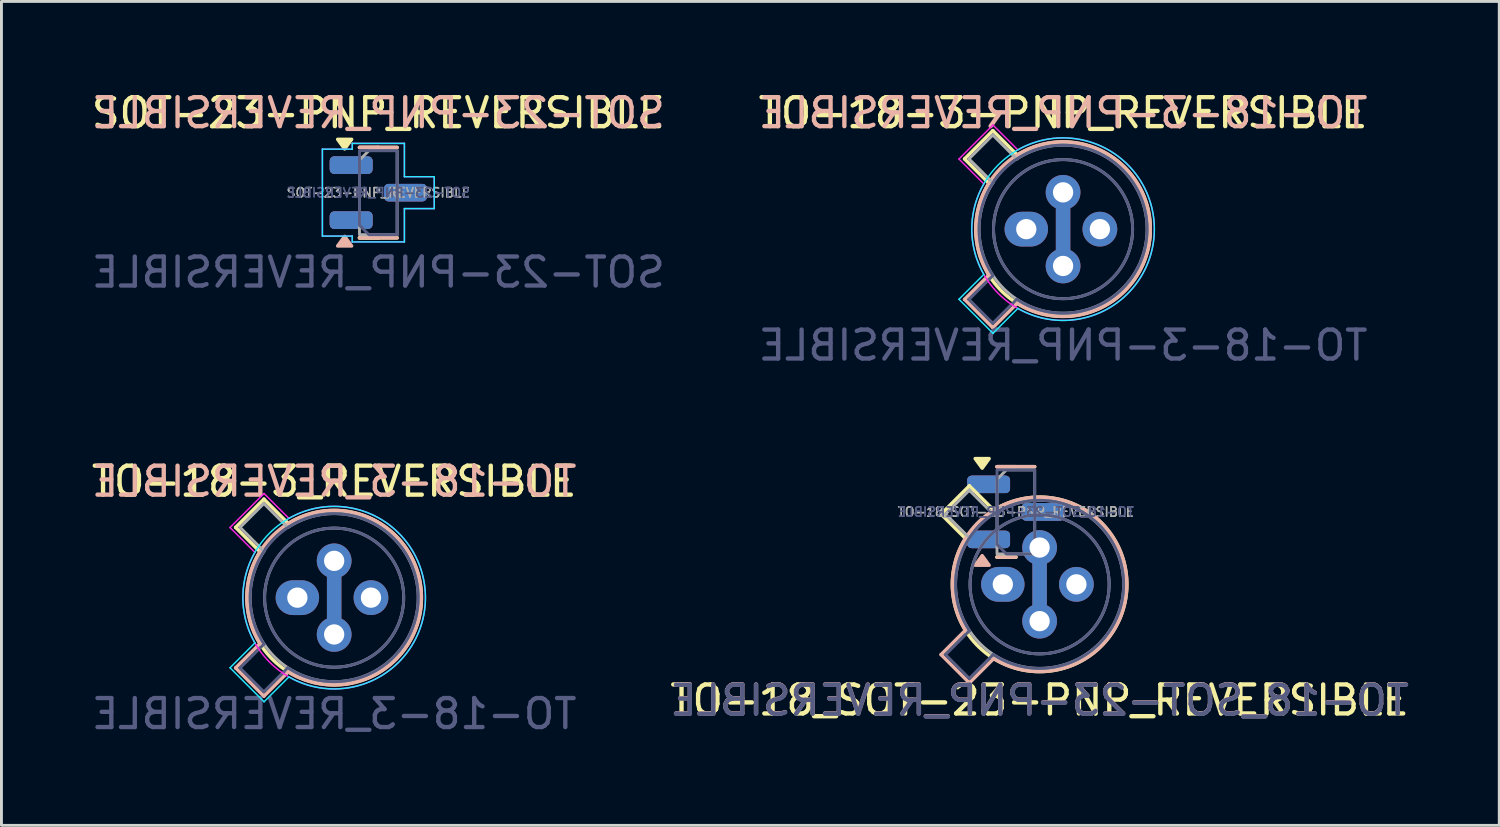
<source format=kicad_pcb>
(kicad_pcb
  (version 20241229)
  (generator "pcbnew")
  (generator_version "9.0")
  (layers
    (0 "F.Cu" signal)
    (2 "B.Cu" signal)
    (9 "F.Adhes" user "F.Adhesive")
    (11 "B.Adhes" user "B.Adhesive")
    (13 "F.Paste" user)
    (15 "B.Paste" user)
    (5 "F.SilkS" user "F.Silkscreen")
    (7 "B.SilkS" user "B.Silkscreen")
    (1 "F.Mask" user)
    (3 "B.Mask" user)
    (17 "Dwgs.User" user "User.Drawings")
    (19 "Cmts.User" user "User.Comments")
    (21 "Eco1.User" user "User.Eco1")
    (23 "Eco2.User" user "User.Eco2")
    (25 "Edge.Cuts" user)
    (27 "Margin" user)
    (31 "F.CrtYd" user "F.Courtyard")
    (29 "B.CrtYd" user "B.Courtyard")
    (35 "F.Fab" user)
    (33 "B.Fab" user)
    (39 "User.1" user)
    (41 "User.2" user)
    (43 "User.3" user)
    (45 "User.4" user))
  (footprint "TO-18-3-PNP_REVERSIBLE"
    (layer "F.Cu")
    (at 33.637 4.858)
    (property "Reference" "TO-18-3-PNP_REVERSIBLE" (at 0 -4.01 0) (layer "F.SilkS") (effects (font (size 1 1) (thickness 0.15))))
    (attr through_hole)
    (fp_line (start -3.4 -2.424) (end -2.56 -1.584) (stroke (width 0.12) (type solid)) (layer "F.SilkS"))
    (fp_line (start -2.424 -3.4) (end -3.4 -2.424) (stroke (width 0.12) (type solid)) (layer "F.SilkS"))
    (fp_line (start -1.584 -2.56) (end -2.424 -3.4) (stroke (width 0.12) (type solid)) (layer "F.SilkS"))
    (fp_arc (start -1.583811 -2.559618) (mid 2.128391 2.128391) (end -2.559618 -1.583811) (stroke (width 0.12) (type solid)) (layer "F.SilkS"))
    (fp_line (start -3.4 2.424) (end -2.56 1.584) (stroke (width 0.12) (type solid)) (layer "B.SilkS"))
    (fp_line (start -2.424 3.4) (end -3.4 2.424) (stroke (width 0.12) (type solid)) (layer "B.SilkS"))
    (fp_line (start -1.584 2.56) (end -2.424 3.4) (stroke (width 0.12) (type solid)) (layer "B.SilkS"))
    (fp_arc (start -2.559618 1.583811) (mid 2.128392 -2.128392) (end -1.583811 2.559618) (stroke (width 0.12) (type solid)) (layer "B.SilkS"))
    (fp_line (start -3.594 2.42) (end -2.736 1.562) (stroke (width 0.05) (type solid)) (layer "B.CrtYd"))
    (fp_line (start -2.42 3.594) (end -3.594 2.42) (stroke (width 0.05) (type solid)) (layer "B.CrtYd"))
    (fp_line (start -1.562 2.736) (end -2.42 3.594) (stroke (width 0.05) (type solid)) (layer "B.CrtYd"))
    (fp_arc (start -2.735573 1.561775) (mid 2.227386 -2.227386) (end -1.561775 2.735573) (stroke (width 0.05) (type solid)) (layer "B.CrtYd"))
    (fp_line (start -3.594 -2.42) (end -2.736 -1.562) (stroke (width 0.05) (type solid)) (layer "F.CrtYd"))
    (fp_line (start -2.42 -3.594) (end -3.594 -2.42) (stroke (width 0.05) (type solid)) (layer "F.CrtYd"))
    (fp_line (start -1.562 -2.736) (end -2.42 -3.594) (stroke (width 0.05) (type solid)) (layer "F.CrtYd"))
    (fp_arc (start -1.561775 -2.735573) (mid 2.227386 2.227386) (end -2.735573 -1.561775) (stroke (width 0.05) (type solid)) (layer "F.CrtYd"))
    (fp_line (start -3.247 2.426) (end -2.419 1.599) (stroke (width 0.1) (type solid)) (layer "B.Fab"))
    (fp_line (start -2.426 3.247) (end -3.247 2.426) (stroke (width 0.1) (type solid)) (layer "B.Fab"))
    (fp_line (start -1.599 2.419) (end -2.426 3.247) (stroke (width 0.1) (type solid)) (layer "B.Fab"))
    (fp_arc (start -2.419301 1.599057) (mid 2.05061 -2.05061) (end -1.599057 2.419301) (stroke (width 0.1) (type solid)) (layer "B.Fab"))
    (fp_circle (center 0 0) (end 2.4 0) (stroke (width 0.1) (type solid)) (fill no) (layer "B.Fab"))
    (fp_line (start -3.247 -2.426) (end -2.419 -1.599) (stroke (width 0.1) (type solid)) (layer "F.Fab"))
    (fp_line (start -2.426 -3.247) (end -3.247 -2.426) (stroke (width 0.1) (type solid)) (layer "F.Fab"))
    (fp_line (start -1.599 -2.419) (end -2.426 -3.247) (stroke (width 0.1) (type solid)) (layer "F.Fab"))
    (fp_arc (start -1.599057 -2.419301) (mid 2.05061 2.05061) (end -2.419301 -1.599057) (stroke (width 0.1) (type solid)) (layer "F.Fab"))
    (fp_circle (center 0 0) (end 2.4 0) (stroke (width 0.1) (type solid)) (fill no) (layer "F.Fab"))
    (fp_text user "${REFERENCE}" (at 0 -4.01 0) (layer "B.SilkS") (effects (font (size 1 1) (thickness 0.15)) (justify mirror)))
    (fp_text user "${REFERENCE}" (at 0 4.01 180) (layer "B.Fab") (effects (font (size 1 1) (thickness 0.15)) (justify mirror)))
    (pad "1" thru_hole circle (at 1.27 0 180) (size 1.2 1.2) (drill 0.7) (layers "*.Cu" "*.Mask"))
    (pad "2" thru_hole circle (at 0 -1.27 180) (size 1.2 1.2) (drill 0.7) (layers "*.Cu" "*.Mask"))
    (pad "2" smd rect (at 0 0 270) (size 2 0.5) (layers "F.Cu"))
    (pad "2" smd rect (at 0 0 270) (size 2 0.5) (layers "B.Cu"))
    (pad "2" thru_hole circle (at 0 1.27) (size 1.2 1.2) (drill 0.7) (layers "*.Cu" "*.Mask"))
    (pad "3" thru_hole oval (at -1.27 0 180) (size 1.5 1.2) (drill 0.7) (layers "*.Cu" "*.Mask")))
  (footprint "SOT-23-PNP_REVERSIBLE"
    (layer "F.Cu")
    (at 10.006 3.598)
    (property "Reference" "SOT-23-PNP_REVERSIBLE" (at 0 -2.75 0) (layer "F.SilkS") (effects (font (size 1 1) (thickness 0.15))))
    (attr through_hole)
    (fp_line (start 0 -1.56) (end -0.65 -1.56) (stroke (width 0.12) (type solid)) (layer "F.SilkS"))
    (fp_line (start 0 -1.56) (end 0.65 -1.56) (stroke (width 0.12) (type solid)) (layer "F.SilkS"))
    (fp_line (start 0 1.56) (end -0.65 1.56) (stroke (width 0.12) (type solid)) (layer "F.SilkS"))
    (fp_line (start 0 1.56) (end -0.65 1.56) (stroke (width 0.12) (type solid)) (layer "F.SilkS"))
    (fp_line (start 0 1.56) (end 0.65 1.56) (stroke (width 0.12) (type solid)) (layer "F.SilkS"))
    (fp_poly (pts (xy -1.163 -1.51) (xy -1.403 -1.84) (xy -0.922 -1.84)) (stroke (width 0.12) (type solid)) (fill yes) (layer "F.SilkS"))
    (fp_line (start 0 -1.56) (end -0.65 -1.56) (stroke (width 0.12) (type solid)) (layer "B.SilkS"))
    (fp_line (start 0 -1.56) (end -0.65 -1.56) (stroke (width 0.12) (type solid)) (layer "B.SilkS"))
    (fp_line (start 0 -1.56) (end 0.65 -1.56) (stroke (width 0.12) (type solid)) (layer "B.SilkS"))
    (fp_line (start 0 1.56) (end -0.65 1.56) (stroke (width 0.12) (type solid)) (layer "B.SilkS"))
    (fp_line (start 0 1.56) (end 0.65 1.56) (stroke (width 0.12) (type solid)) (layer "B.SilkS"))
    (fp_poly (pts (xy -1.163 1.51) (xy -1.403 1.84) (xy -0.922 1.84)) (stroke (width 0.12) (type solid)) (fill yes) (layer "B.SilkS"))
    (fp_line (start -1.93 -1.5) (end -1.93 1.5) (stroke (width 0.05) (type solid)) (layer "B.CrtYd"))
    (fp_line (start -1.93 1.5) (end -0.9 1.5) (stroke (width 0.05) (type solid)) (layer "B.CrtYd"))
    (fp_line (start -0.9 -1.7) (end -0.9 -1.5) (stroke (width 0.05) (type solid)) (layer "B.CrtYd"))
    (fp_line (start -0.9 -1.5) (end -1.93 -1.5) (stroke (width 0.05) (type solid)) (layer "B.CrtYd"))
    (fp_line (start -0.9 1.5) (end -0.9 1.7) (stroke (width 0.05) (type solid)) (layer "B.CrtYd"))
    (fp_line (start -0.9 1.7) (end 0.9 1.7) (stroke (width 0.05) (type solid)) (layer "B.CrtYd"))
    (fp_line (start 0.9 -1.7) (end -0.9 -1.7) (stroke (width 0.05) (type solid)) (layer "B.CrtYd"))
    (fp_line (start 0.9 -0.55) (end 0.9 -1.7) (stroke (width 0.05) (type solid)) (layer "B.CrtYd"))
    (fp_line (start 0.9 0.55) (end 1.93 0.55) (stroke (width 0.05) (type solid)) (layer "B.CrtYd"))
    (fp_line (start 0.9 1.7) (end 0.9 0.55) (stroke (width 0.05) (type solid)) (layer "B.CrtYd"))
    (fp_line (start 1.93 -0.55) (end 0.9 -0.55) (stroke (width 0.05) (type solid)) (layer "B.CrtYd"))
    (fp_line (start 1.93 0.55) (end 1.93 -0.55) (stroke (width 0.05) (type solid)) (layer "B.CrtYd"))
    (fp_line (start -1.93 -1.5) (end -0.9 -1.5) (stroke (width 0.05) (type solid)) (layer "F.CrtYd"))
    (fp_line (start -1.93 1.5) (end -1.93 -1.5) (stroke (width 0.05) (type solid)) (layer "F.CrtYd"))
    (fp_line (start -0.9 -1.7) (end 0.9 -1.7) (stroke (width 0.05) (type solid)) (layer "F.CrtYd"))
    (fp_line (start -0.9 -1.5) (end -0.9 -1.7) (stroke (width 0.05) (type solid)) (layer "F.CrtYd"))
    (fp_line (start -0.9 1.5) (end -1.93 1.5) (stroke (width 0.05) (type solid)) (layer "F.CrtYd"))
    (fp_line (start -0.9 1.7) (end -0.9 1.5) (stroke (width 0.05) (type solid)) (layer "F.CrtYd"))
    (fp_line (start 0.9 -1.7) (end 0.9 -0.55) (stroke (width 0.05) (type solid)) (layer "F.CrtYd"))
    (fp_line (start 0.9 -0.55) (end 1.93 -0.55) (stroke (width 0.05) (type solid)) (layer "F.CrtYd"))
    (fp_line (start 0.9 0.55) (end 0.9 1.7) (stroke (width 0.05) (type solid)) (layer "F.CrtYd"))
    (fp_line (start 0.9 1.7) (end -0.9 1.7) (stroke (width 0.05) (type solid)) (layer "F.CrtYd"))
    (fp_line (start 1.93 -0.55) (end 1.93 0.55) (stroke (width 0.05) (type solid)) (layer "F.CrtYd"))
    (fp_line (start 1.93 0.55) (end 0.9 0.55) (stroke (width 0.05) (type solid)) (layer "F.CrtYd"))
    (fp_poly (pts (xy -0.65 1.125) (xy -0.65 -1.45) (xy 0.65 -1.45) (xy 0.65 1.45) (xy -0.325 1.45)) (stroke (width 0.1) (type solid)) (fill no) (layer "B.Fab"))
    (fp_poly (pts (xy -0.65 -1.125) (xy -0.65 1.45) (xy 0.65 1.45) (xy 0.65 -1.45) (xy -0.325 -1.45)) (stroke (width 0.1) (type solid)) (fill no) (layer "F.Fab"))
    (fp_text user "${REFERENCE}" (at 0 -2.75 0) (layer "B.SilkS") (effects (font (size 1 1) (thickness 0.15)) (justify mirror)))
    (fp_text user "${REFERENCE}" (at 0 2.75 180) (layer "B.Fab") (effects (font (size 1 1) (thickness 0.15)) (justify mirror)))
    (fp_text user "${REFERENCE}" (at 0 0 180) (layer "B.Fab") (effects (font (size 0.32 0.32) (thickness 0.05)) (justify mirror)))
    (fp_text user "${REFERENCE}" (at 0 0 180) (layer "B.Fab") (effects (font (size 0.32 0.32) (thickness 0.05)) (justify mirror)))
    (fp_text user "${REFERENCE}" (at 0 0 0) (layer "F.Fab") (effects (font (size 0.32 0.32) (thickness 0.05))))
    (fp_text user "${REFERENCE}" (at 0 0 0) (layer "F.Fab") (effects (font (size 0.32 0.32) (thickness 0.05))))
    (pad "1" smd roundrect (at 0.938 0) (size 1.475 0.6) (layers "F.Cu" "F.Mask" "F.Paste") (roundrect_rratio 0.25))
    (pad "1" smd roundrect (at 0.938 0) (size 1.475 0.6) (layers "F.Cu" "F.Mask" "F.Paste") (roundrect_rratio 0.25))
    (pad "1" smd roundrect (at 0.938 0 180) (size 1.475 0.6) (layers "B.Cu" "B.Mask" "B.Paste") (roundrect_rratio 0.25))
    (pad "1" smd roundrect (at 0.938 0 180) (size 1.475 0.6) (layers "B.Cu" "B.Mask" "B.Paste") (roundrect_rratio 0.25))
    (pad "2" smd roundrect (at -0.938 -0.95) (size 1.475 0.6) (layers "F.Cu" "F.Mask" "F.Paste") (roundrect_rratio 0.25))
    (pad "2" smd roundrect (at -0.938 -0.95) (size 1.475 0.6) (layers "F.Cu" "F.Mask" "F.Paste") (roundrect_rratio 0.25))
    (pad "2" smd roundrect (at -0.938 0.95 180) (size 1.475 0.6) (layers "B.Cu" "B.Mask" "B.Paste") (roundrect_rratio 0.25))
    (pad "2" smd roundrect (at -0.938 0.95 180) (size 1.475 0.6) (layers "B.Cu" "B.Mask" "B.Paste") (roundrect_rratio 0.25))
    (pad "3" smd roundrect (at -0.938 -0.95 180) (size 1.475 0.6) (layers "B.Cu" "B.Mask" "B.Paste") (roundrect_rratio 0.25))
    (pad "3" smd roundrect (at -0.938 -0.95 180) (size 1.475 0.6) (layers "B.Cu" "B.Mask" "B.Paste") (roundrect_rratio 0.25))
    (pad "3" smd roundrect (at -0.938 0.95) (size 1.475 0.6) (layers "F.Cu" "F.Mask" "F.Paste") (roundrect_rratio 0.25))
    (pad "3" smd roundrect (at -0.938 0.95) (size 1.475 0.6) (layers "F.Cu" "F.Mask" "F.Paste") (roundrect_rratio 0.25)))
  (footprint "TO-18-3_REVERSIBLE"
    (layer "F.Cu")
    (at 8.482 17.575)
    (property "Reference" "TO-18-3_REVERSIBLE" (at 0 -4.01 0) (layer "F.SilkS") (effects (font (size 1 1) (thickness 0.15))))
    (attr through_hole)
    (fp_line (start -3.4 -2.424) (end -2.56 -1.584) (stroke (width 0.12) (type solid)) (layer "F.SilkS"))
    (fp_line (start -2.424 -3.4) (end -3.4 -2.424) (stroke (width 0.12) (type solid)) (layer "F.SilkS"))
    (fp_line (start -1.584 -2.56) (end -2.424 -3.4) (stroke (width 0.12) (type solid)) (layer "F.SilkS"))
    (fp_arc (start -1.583811 -2.559618) (mid 2.128391 2.128391) (end -2.559618 -1.583811) (stroke (width 0.12) (type solid)) (layer "F.SilkS"))
    (fp_line (start -3.4 2.424) (end -2.56 1.584) (stroke (width 0.12) (type solid)) (layer "B.SilkS"))
    (fp_line (start -2.424 3.4) (end -3.4 2.424) (stroke (width 0.12) (type solid)) (layer "B.SilkS"))
    (fp_line (start -1.584 2.56) (end -2.424 3.4) (stroke (width 0.12) (type solid)) (layer "B.SilkS"))
    (fp_arc (start -2.559618 1.583811) (mid 2.128392 -2.128392) (end -1.583811 2.559618) (stroke (width 0.12) (type solid)) (layer "B.SilkS"))
    (fp_line (start -3.594 2.42) (end -2.736 1.562) (stroke (width 0.05) (type solid)) (layer "B.CrtYd"))
    (fp_line (start -2.42 3.594) (end -3.594 2.42) (stroke (width 0.05) (type solid)) (layer "B.CrtYd"))
    (fp_line (start -1.562 2.736) (end -2.42 3.594) (stroke (width 0.05) (type solid)) (layer "B.CrtYd"))
    (fp_arc (start -2.735573 1.561775) (mid 2.227386 -2.227386) (end -1.561775 2.735573) (stroke (width 0.05) (type solid)) (layer "B.CrtYd"))
    (fp_line (start -3.594 -2.42) (end -2.736 -1.562) (stroke (width 0.05) (type solid)) (layer "F.CrtYd"))
    (fp_line (start -2.42 -3.594) (end -3.594 -2.42) (stroke (width 0.05) (type solid)) (layer "F.CrtYd"))
    (fp_line (start -1.562 -2.736) (end -2.42 -3.594) (stroke (width 0.05) (type solid)) (layer "F.CrtYd"))
    (fp_arc (start -1.561775 -2.735573) (mid 2.227386 2.227386) (end -2.735573 -1.561775) (stroke (width 0.05) (type solid)) (layer "F.CrtYd"))
    (fp_line (start -3.247 2.426) (end -2.419 1.599) (stroke (width 0.1) (type solid)) (layer "B.Fab"))
    (fp_line (start -2.426 3.247) (end -3.247 2.426) (stroke (width 0.1) (type solid)) (layer "B.Fab"))
    (fp_line (start -1.599 2.419) (end -2.426 3.247) (stroke (width 0.1) (type solid)) (layer "B.Fab"))
    (fp_arc (start -2.419301 1.599057) (mid 2.05061 -2.05061) (end -1.599057 2.419301) (stroke (width 0.1) (type solid)) (layer "B.Fab"))
    (fp_circle (center 0 0) (end 2.4 0) (stroke (width 0.1) (type solid)) (fill no) (layer "B.Fab"))
    (fp_line (start -3.247 -2.426) (end -2.419 -1.599) (stroke (width 0.1) (type solid)) (layer "F.Fab"))
    (fp_line (start -2.426 -3.247) (end -3.247 -2.426) (stroke (width 0.1) (type solid)) (layer "F.Fab"))
    (fp_line (start -1.599 -2.419) (end -2.426 -3.247) (stroke (width 0.1) (type solid)) (layer "F.Fab"))
    (fp_arc (start -1.599057 -2.419301) (mid 2.05061 2.05061) (end -2.419301 -1.599057) (stroke (width 0.1) (type solid)) (layer "F.Fab"))
    (fp_circle (center 0 0) (end 2.4 0) (stroke (width 0.1) (type solid)) (fill no) (layer "F.Fab"))
    (fp_text user "${REFERENCE}" (at 0 -4.01 0) (layer "B.SilkS") (effects (font (size 1 1) (thickness 0.15)) (justify mirror)))
    (fp_text user "${REFERENCE}" (at 0 4.01 180) (layer "B.Fab") (effects (font (size 1 1) (thickness 0.15)) (justify mirror)))
    (pad "1" thru_hole oval (at -1.27 0 180) (size 1.5 1.2) (drill 0.7) (layers "*.Cu" "*.Mask"))
    (pad "2" thru_hole circle (at 0 -1.27 180) (size 1.2 1.2) (drill 0.7) (layers "*.Cu" "*.Mask"))
    (pad "2" smd rect (at 0 0 270) (size 2 0.5) (layers "F.Cu"))
    (pad "2" smd rect (at 0 0 270) (size 2 0.5) (layers "B.Cu"))
    (pad "2" thru_hole circle (at 0 1.27) (size 1.2 1.2) (drill 0.7) (layers "*.Cu" "*.Mask"))
    (pad "3" thru_hole circle (at 1.27 0 180) (size 1.2 1.2) (drill 0.7) (layers "*.Cu" "*.Mask")))
  (footprint "TO-18_SOT-23-PNP_REVERSIBLE"
    (layer "F.Cu")
    (at 32.827 17.116)
    (property "Reference" "TO-18_SOT-23-PNP_REVERSIBLE" (at 0 4 0) (layer "F.SilkS") (effects (font (size 1 1) (thickness 0.15))))
    (attr through_hole)
    (fp_line (start -3.4 -2.424) (end -2.56 -1.584) (stroke (width 0.12) (type solid)) (layer "F.SilkS"))
    (fp_line (start -2.424 -3.4) (end -3.4 -2.424) (stroke (width 0.12) (type solid)) (layer "F.SilkS"))
    (fp_line (start -1.584 -2.56) (end -2.424 -3.4) (stroke (width 0.12) (type solid)) (layer "F.SilkS"))
    (fp_line (start -0.82 -4.06) (end -1.47 -4.06) (stroke (width 0.12) (type solid)) (layer "F.SilkS"))
    (fp_line (start -0.82 -4.06) (end -0.17 -4.06) (stroke (width 0.12) (type solid)) (layer "F.SilkS"))
    (fp_line (start -0.82 -0.94) (end -1.47 -0.94) (stroke (width 0.12) (type solid)) (layer "F.SilkS"))
    (fp_line (start -0.82 -0.94) (end -1.47 -0.94) (stroke (width 0.12) (type solid)) (layer "F.SilkS"))
    (fp_arc (start -1.583811 -2.559618) (mid 2.128391 2.128391) (end -2.559618 -1.583811) (stroke (width 0.12) (type solid)) (layer "F.SilkS"))
    (fp_poly (pts (xy -1.982 -4.01) (xy -2.223 -4.34) (xy -1.742 -4.34)) (stroke (width 0.12) (type solid)) (fill yes) (layer "F.SilkS"))
    (fp_line (start -3.4 2.424) (end -2.56 1.584) (stroke (width 0.12) (type solid)) (layer "B.SilkS"))
    (fp_line (start -2.424 3.4) (end -3.4 2.424) (stroke (width 0.12) (type solid)) (layer "B.SilkS"))
    (fp_line (start -1.584 2.56) (end -2.424 3.4) (stroke (width 0.12) (type solid)) (layer "B.SilkS"))
    (fp_line (start -0.82 -4.06) (end -1.47 -4.06) (stroke (width 0.12) (type solid)) (layer "B.SilkS"))
    (fp_line (start -0.82 -4.06) (end -1.47 -4.06) (stroke (width 0.12) (type solid)) (layer "B.SilkS"))
    (fp_line (start -0.82 -4.06) (end -0.17 -4.06) (stroke (width 0.12) (type solid)) (layer "B.SilkS"))
    (fp_line (start -0.82 -0.94) (end -1.47 -0.94) (stroke (width 0.12) (type solid)) (layer "B.SilkS"))
    (fp_arc (start -2.559618 1.583811) (mid 2.128392 -2.128392) (end -1.583811 2.559618) (stroke (width 0.12) (type solid)) (layer "B.SilkS"))
    (fp_poly (pts (xy -1.982 -0.99) (xy -2.223 -0.66) (xy -1.742 -0.66)) (stroke (width 0.12) (type solid)) (fill yes) (layer "B.SilkS"))
    (fp_line (start -3.247 2.426) (end -2.419 1.599) (stroke (width 0.1) (type solid)) (layer "B.Fab"))
    (fp_line (start -2.426 3.247) (end -3.247 2.426) (stroke (width 0.1) (type solid)) (layer "B.Fab"))
    (fp_line (start -1.599 2.419) (end -2.426 3.247) (stroke (width 0.1) (type solid)) (layer "B.Fab"))
    (fp_arc (start -2.419301 1.599057) (mid 2.05061 -2.05061) (end -1.599057 2.419301) (stroke (width 0.1) (type solid)) (layer "B.Fab"))
    (fp_circle (center 0 0) (end 2.4 0) (stroke (width 0.1) (type solid)) (fill no) (layer "B.Fab"))
    (fp_poly (pts (xy -1.47 -1.375) (xy -1.47 -3.95) (xy -0.17 -3.95) (xy -0.17 -1.05) (xy -1.145 -1.05)) (stroke (width 0.1) (type solid)) (fill no) (layer "B.Fab"))
    (fp_line (start -3.247 -2.426) (end -2.419 -1.599) (stroke (width 0.1) (type solid)) (layer "F.Fab"))
    (fp_line (start -2.426 -3.247) (end -3.247 -2.426) (stroke (width 0.1) (type solid)) (layer "F.Fab"))
    (fp_line (start -1.599 -2.419) (end -2.426 -3.247) (stroke (width 0.1) (type solid)) (layer "F.Fab"))
    (fp_arc (start -1.599057 -2.419301) (mid 2.05061 2.05061) (end -2.419301 -1.599057) (stroke (width 0.1) (type solid)) (layer "F.Fab"))
    (fp_circle (center 0 0) (end 2.4 0) (stroke (width 0.1) (type solid)) (fill no) (layer "F.Fab"))
    (fp_poly (pts (xy -1.47 -3.625) (xy -1.47 -1.05) (xy -0.17 -1.05) (xy -0.17 -3.95) (xy -1.145 -3.95)) (stroke (width 0.1) (type solid)) (fill no) (layer "F.Fab"))
    (fp_text user "${REFERENCE}" (at 0 4 0) (layer "B.SilkS") (effects (font (size 1 1) (thickness 0.15)) (justify mirror)))
    (fp_text user "${REFERENCE}" (at -0.82 -2.5 180) (layer "B.Fab") (effects (font (size 0.32 0.32) (thickness 0.05)) (justify mirror)))
    (fp_text user "${REFERENCE}" (at -0.82 -2.5 180) (layer "B.Fab") (effects (font (size 0.32 0.32) (thickness 0.05)) (justify mirror)))
    (fp_text user "${REFERENCE}" (at 0 4.01 180) (layer "B.Fab") (effects (font (size 1 1) (thickness 0.15)) (justify mirror)))
    (fp_text user "${REFERENCE}" (at -0.82 -2.5 0) (layer "F.Fab") (effects (font (size 0.32 0.32) (thickness 0.05))))
    (fp_text user "${REFERENCE}" (at -0.82 -2.5 0) (layer "F.Fab") (effects (font (size 0.32 0.32) (thickness 0.05))))
    (pad "1" smd roundrect (at 0.117 -2.5) (size 1.475 0.6) (layers "F.Cu" "F.Mask" "F.Paste") (roundrect_rratio 0.25))
    (pad "1" smd roundrect (at 0.117 -2.5) (size 1.475 0.6) (layers "F.Cu" "F.Mask" "F.Paste") (roundrect_rratio 0.25))
    (pad "1" smd roundrect (at 0.117 -2.5 180) (size 1.475 0.6) (layers "B.Cu" "B.Mask" "B.Paste") (roundrect_rratio 0.25))
    (pad "1" smd roundrect (at 0.117 -2.5 180) (size 1.475 0.6) (layers "B.Cu" "B.Mask" "B.Paste") (roundrect_rratio 0.25))
    (pad "1" thru_hole circle (at 1.27 0 180) (size 1.2 1.2) (drill 0.7) (layers "*.Cu" "*.Mask"))
    (pad "2" smd roundrect (at -1.758 -3.45) (size 1.475 0.6) (layers "F.Cu" "F.Mask" "F.Paste") (roundrect_rratio 0.25))
    (pad "2" smd roundrect (at -1.758 -3.45) (size 1.475 0.6) (layers "F.Cu" "F.Mask" "F.Paste") (roundrect_rratio 0.25))
    (pad "2" smd roundrect (at -1.758 -1.55 180) (size 1.475 0.6) (layers "B.Cu" "B.Mask" "B.Paste") (roundrect_rratio 0.25))
    (pad "2" smd roundrect (at -1.758 -1.55 180) (size 1.475 0.6) (layers "B.Cu" "B.Mask" "B.Paste") (roundrect_rratio 0.25))
    (pad "2" thru_hole circle (at 0 -1.27 180) (size 1.2 1.2) (drill 0.7) (layers "*.Cu" "*.Mask"))
    (pad "2" smd rect (at 0 0 270) (size 2 0.5) (layers "F.Cu"))
    (pad "2" smd rect (at 0 0 270) (size 2 0.5) (layers "B.Cu"))
    (pad "2" thru_hole circle (at 0 1.27) (size 1.2 1.2) (drill 0.7) (layers "*.Cu" "*.Mask"))
    (pad "3" smd roundrect (at -1.758 -3.45 180) (size 1.475 0.6) (layers "B.Cu" "B.Mask" "B.Paste") (roundrect_rratio 0.25))
    (pad "3" smd roundrect (at -1.758 -3.45 180) (size 1.475 0.6) (layers "B.Cu" "B.Mask" "B.Paste") (roundrect_rratio 0.25))
    (pad "3" smd roundrect (at -1.758 -1.55) (size 1.475 0.6) (layers "F.Cu" "F.Mask" "F.Paste") (roundrect_rratio 0.25))
    (pad "3" smd roundrect (at -1.758 -1.55) (size 1.475 0.6) (layers "F.Cu" "F.Mask" "F.Paste") (roundrect_rratio 0.25))
    (pad "3" thru_hole oval (at -1.27 0 180) (size 1.5 1.2) (drill 0.7) (layers "*.Cu" "*.Mask")))
  (gr_rect
    (start -3 -3)
    (end 48.69 25.433)
    (stroke (width 0.1) (type default))
    (fill no)
    (layer "Edge.Cuts")))
</source>
